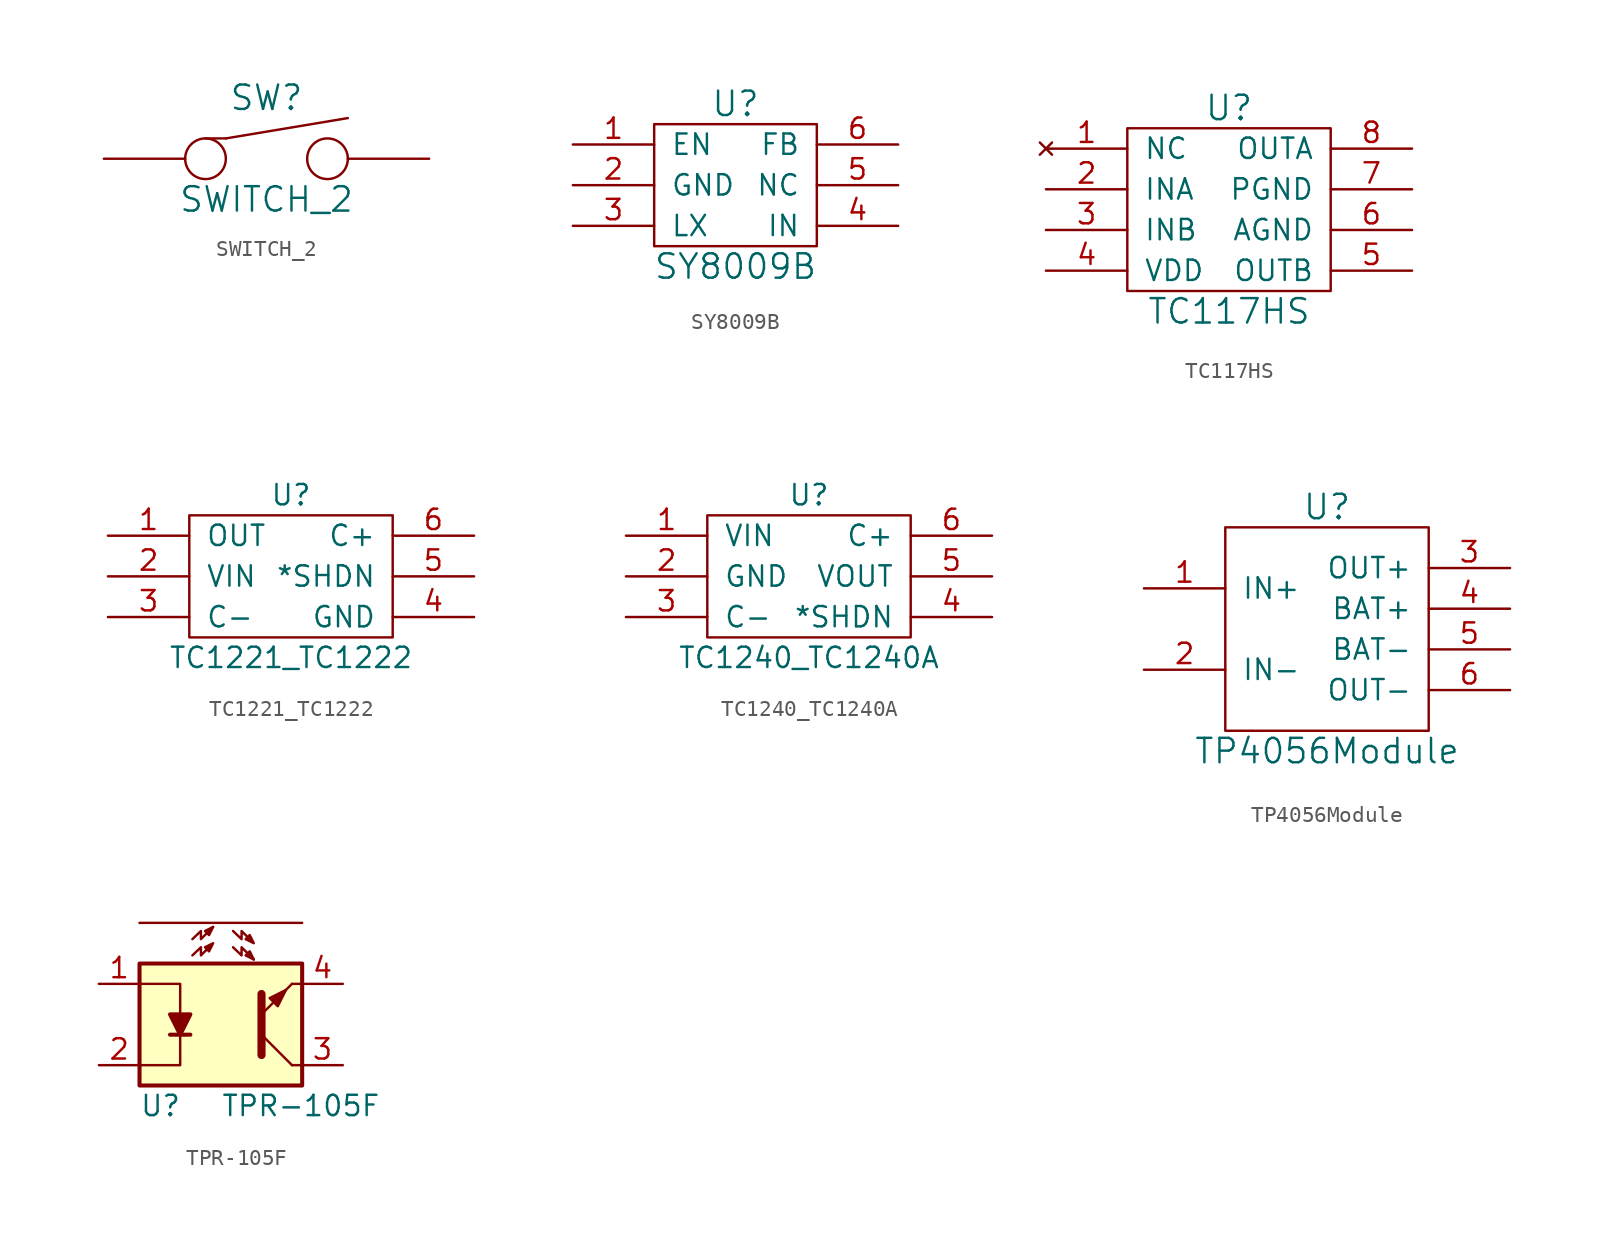
<source format=kicad_sym>
(kicad_symbol_lib
  (version 20220914)
  (generator kicad_symbol_editor)
  (symbol "SWITCH_2"
    (pin_names
      (offset 1.016))
    (property "Reference" "SW"
      (at 0 3.81 0)
      (effects (font (size 1.524 1.524))))
    (property "Value" "SWITCH_2"
      (at 0 -2.54 0)
      (effects (font (size 1.524 1.524))))
    (property "Footprint" ""
      (at 0 0 0)
      (effects (font (size 1.524 1.524))))
    (property "Datasheet" ""
      (at 0 0 0)
      (effects (font (size 1.524 1.524))))
    (symbol "SWITCH_2_0_1"
      (circle (center -3.81 0) (radius 1.27) (stroke (width 0) (type solid)) (fill (type none)))
      (polyline (pts (xy -2.54 1.27) (xy -3.81 1.27)) (stroke (width 0) (type solid)) (fill (type none)))
      (polyline (pts (xy -2.54 1.27) (xy 5.08 2.54)) (stroke (width 0) (type solid)) (fill (type none)))
      (circle (center 3.81 0) (radius 1.27) (stroke (width 0) (type solid)) (fill (type none))))
    (symbol "SWITCH_2_1_1"
      (pin input line (at -10.16 0 0) (length 5.08) (name "~" (effects (font (size 1.27 1.27)))) (number "~" (effects (font (size 1.27 1.27)))))
      (pin input line (at 10.16 0 180) (length 5.08) (name "~" (effects (font (size 1.27 1.27)))) (number "~" (effects (font (size 1.27 1.27)))))))
  (symbol "SY8009B"
    (pin_names
      (offset 1.016))
    (property "Reference" "U"
      (at 0 5.08 0)
      (effects (font (size 1.524 1.524))))
    (property "Value" "SY8009B"
      (at 0 -5.08 0)
      (effects (font (size 1.524 1.524))))
    (property "Footprint" ""
      (at 0 -2.54 0)
      (effects (font (size 1.524 1.524))))
    (property "Datasheet" ""
      (at 0 -2.54 0)
      (effects (font (size 1.524 1.524))))
    (symbol "SY8009B_0_1"
      (rectangle (start -5.08 3.81) (end 5.08 -3.81) (stroke (width 0) (type solid)) (fill (type none))))
    (symbol "SY8009B_1_1"
      (pin input line (at -10.16 2.54 0) (length 5.08) (name "EN" (effects (font (size 1.27 1.27)))) (number "1" (effects (font (size 1.27 1.27)))))
      (pin input line (at -10.16 0 0) (length 5.08) (name "GND" (effects (font (size 1.27 1.27)))) (number "2" (effects (font (size 1.27 1.27)))))
      (pin input line (at -10.16 -2.54 0) (length 5.08) (name "LX" (effects (font (size 1.27 1.27)))) (number "3" (effects (font (size 1.27 1.27)))))
      (pin input line (at 10.16 -2.54 180) (length 5.08) (name "IN" (effects (font (size 1.27 1.27)))) (number "4" (effects (font (size 1.27 1.27)))))
      (pin input line (at 10.16 0 180) (length 5.08) (name "NC" (effects (font (size 1.27 1.27)))) (number "5" (effects (font (size 1.27 1.27)))))
      (pin input line (at 10.16 2.54 180) (length 5.08) (name "FB" (effects (font (size 1.27 1.27)))) (number "6" (effects (font (size 1.27 1.27)))))))
  (symbol "TC117HS"
    (pin_names
      (offset 1.016))
    (property "Reference" "U"
      (at 0 6.35 0)
      (effects (font (size 1.524 1.524))))
    (property "Value" "TC117HS"
      (at 0 -6.35 0)
      (effects (font (size 1.524 1.524))))
    (property "Footprint" ""
      (at 0 0 0)
      (effects (font (size 1.524 1.524))))
    (property "Datasheet" ""
      (at 0 0 0)
      (effects (font (size 1.524 1.524))))
    (symbol "TC117HS_0_1"
      (rectangle (start -6.35 5.08) (end 6.35 -5.08) (stroke (width 0) (type solid)) (fill (type none))))
    (symbol "TC117HS_1_1"
      (pin no_connect line (at -11.43 3.81 0) (length 5.08) (name "NC" (effects (font (size 1.27 1.27)))) (number "1" (effects (font (size 1.27 1.27)))))
      (pin input line (at -11.43 1.27 0) (length 5.08) (name "INA" (effects (font (size 1.27 1.27)))) (number "2" (effects (font (size 1.27 1.27)))))
      (pin input line (at -11.43 -1.27 0) (length 5.08) (name "INB" (effects (font (size 1.27 1.27)))) (number "3" (effects (font (size 1.27 1.27)))))
      (pin power_in line (at -11.43 -3.81 0) (length 5.08) (name "VDD" (effects (font (size 1.27 1.27)))) (number "4" (effects (font (size 1.27 1.27)))))
      (pin output line (at 11.43 -3.81 180) (length 5.08) (name "OUTB" (effects (font (size 1.27 1.27)))) (number "5" (effects (font (size 1.27 1.27)))))
      (pin power_in line (at 11.43 -1.27 180) (length 5.08) (name "AGND" (effects (font (size 1.27 1.27)))) (number "6" (effects (font (size 1.27 1.27)))))
      (pin power_in line (at 11.43 1.27 180) (length 5.08) (name "PGND" (effects (font (size 1.27 1.27)))) (number "7" (effects (font (size 1.27 1.27)))))
      (pin output line (at 11.43 3.81 180) (length 5.08) (name "OUTA" (effects (font (size 1.27 1.27)))) (number "8" (effects (font (size 1.27 1.27)))))))
  (symbol "TC1221_TC1222"
    (pin_names
      (offset 1.016))
    (property "Reference" "U"
      (at 0 5.08 0)
      (effects (font (size 1.27 1.27))))
    (property "Value" "TC1221_TC1222"
      (at 0 -5.08 0)
      (effects (font (size 1.27 1.27))))
    (symbol "TC1221_TC1222_0_1"
      (rectangle (start -6.35 3.81) (end 6.35 -3.81) (stroke (width 0) (type solid)) (fill (type none))))
    (symbol "TC1221_TC1222_1_1"
      (pin power_out line (at -11.43 2.54 0) (length 5.08) (name "OUT" (effects (font (size 1.27 1.27)))) (number "1" (effects (font (size 1.27 1.27)))))
      (pin power_in line (at -11.43 0 0) (length 5.08) (name "VIN" (effects (font (size 1.27 1.27)))) (number "2" (effects (font (size 1.27 1.27)))))
      (pin output line (at -11.43 -2.54 0) (length 5.08) (name "C-" (effects (font (size 1.27 1.27)))) (number "3" (effects (font (size 1.27 1.27)))))
      (pin power_out line (at 11.43 -2.54 180) (length 5.08) (name "GND" (effects (font (size 1.27 1.27)))) (number "4" (effects (font (size 1.27 1.27)))))
      (pin input line (at 11.43 0 180) (length 5.08) (name "*SHDN" (effects (font (size 1.27 1.27)))) (number "5" (effects (font (size 1.27 1.27)))))
      (pin output line (at 11.43 2.54 180) (length 5.08) (name "C+" (effects (font (size 1.27 1.27)))) (number "6" (effects (font (size 1.27 1.27)))))))
  (symbol "TC1240_TC1240A"
    (pin_names
      (offset 1.016))
    (property "Reference" "U"
      (at 0 5.08 0)
      (effects (font (size 1.27 1.27))))
    (property "Value" "TC1240_TC1240A"
      (at 0 -5.08 0)
      (effects (font (size 1.27 1.27))))
    (symbol "TC1240_TC1240A_0_1"
      (rectangle (start -6.35 3.81) (end 6.35 -3.81) (stroke (width 0) (type solid)) (fill (type none))))
    (symbol "TC1240_TC1240A_1_1"
      (pin power_in line (at -11.43 2.54 0) (length 5.08) (name "VIN" (effects (font (size 1.27 1.27)))) (number "1" (effects (font (size 1.27 1.27)))))
      (pin power_in line (at -11.43 0 0) (length 5.08) (name "GND" (effects (font (size 1.27 1.27)))) (number "2" (effects (font (size 1.27 1.27)))))
      (pin output line (at -11.43 -2.54 0) (length 5.08) (name "C-" (effects (font (size 1.27 1.27)))) (number "3" (effects (font (size 1.27 1.27)))))
      (pin input line (at 11.43 -2.54 180) (length 5.08) (name "*SHDN" (effects (font (size 1.27 1.27)))) (number "4" (effects (font (size 1.27 1.27)))))
      (pin power_out line (at 11.43 0 180) (length 5.08) (name "VOUT" (effects (font (size 1.27 1.27)))) (number "5" (effects (font (size 1.27 1.27)))))
      (pin output line (at 11.43 2.54 180) (length 5.08) (name "C+" (effects (font (size 1.27 1.27)))) (number "6" (effects (font (size 1.27 1.27)))))))
  (symbol "TP4056Module"
    (pin_names
      (offset 1.016))
    (property "Reference" "U"
      (at 0 7.62 0)
      (effects (font (size 1.524 1.524))))
    (property "Value" "TP4056Module"
      (at 0 -7.62 0)
      (effects (font (size 1.524 1.524))))
    (property "Footprint" ""
      (at 1.27 0 0)
      (effects (font (size 1.524 1.524))))
    (property "Datasheet" ""
      (at 1.27 0 0)
      (effects (font (size 1.524 1.524))))
    (symbol "TP4056Module_0_1"
      (rectangle (start -6.35 6.35) (end 6.35 -6.35) (stroke (width 0) (type solid)) (fill (type none))))
    (symbol "TP4056Module_1_1"
      (pin input line (at -11.43 2.54 0) (length 5.08) (name "IN+" (effects (font (size 1.27 1.27)))) (number "1" (effects (font (size 1.27 1.27)))))
      (pin input line (at -11.43 -2.54 0) (length 5.08) (name "IN-" (effects (font (size 1.27 1.27)))) (number "2" (effects (font (size 1.27 1.27)))))
      (pin input line (at 11.43 3.81 180) (length 5.08) (name "OUT+" (effects (font (size 1.27 1.27)))) (number "3" (effects (font (size 1.27 1.27)))))
      (pin input line (at 11.43 1.27 180) (length 5.08) (name "BAT+" (effects (font (size 1.27 1.27)))) (number "4" (effects (font (size 1.27 1.27)))))
      (pin input line (at 11.43 -1.27 180) (length 5.08) (name "BAT-" (effects (font (size 1.27 1.27)))) (number "5" (effects (font (size 1.27 1.27)))))
      (pin input line (at 11.43 -3.81 180) (length 5.08) (name "OUT-" (effects (font (size 1.27 1.27)))) (number "6" (effects (font (size 1.27 1.27)))))))
  (symbol "TPR-105F"
    (pin_names
      (offset 1.016))
    (property "Reference" "U"
      (at -5.08 -5.08 0)
      (effects (font (size 1.27 1.27)) (justify left)))
    (property "Value" "TPR-105F"
      (at 0 -5.08 0)
      (effects (font (size 1.27 1.27)) (justify left)))
    (property "Footprint" ""
      (at -5.08 -5.08 0)
      (effects (font (size 1.27 1.27) italic) (justify left)))
    (property "Datasheet" ""
      (at -1.27 5.08 0)
      (effects (font (size 1.27 1.27)) (justify left)))
    (symbol "TPR-105F_0_1"
      (rectangle (start -5.08 3.81) (end 5.08 -3.81) (stroke (width 0.254) (type solid)) (fill (type background)))
      (polyline (pts (xy -5.08 6.35) (xy 5.08 6.35)) (stroke (width 0) (type solid)) (fill (type none)))
      (polyline (pts (xy -3.175 -0.635) (xy -1.905 -0.635)) (stroke (width 0.254) (type solid)) (fill (type none)))
      (polyline (pts (xy 2.54 -0.635) (xy 4.445 -2.54)) (stroke (width 0) (type solid)) (fill (type none)))
      (polyline (pts (xy 4.445 -2.54) (xy 5.08 -2.54)) (stroke (width 0) (type solid)) (fill (type none)))
      (polyline (pts (xy 4.445 2.54) (xy 2.54 0.635)) (stroke (width 0) (type solid)) (fill (type outline)))
      (polyline (pts (xy 4.445 2.54) (xy 5.08 2.54)) (stroke (width 0) (type solid)) (fill (type none)))
      (polyline (pts (xy -5.08 2.54) (xy -2.54 2.54) (xy -2.54 0.635)) (stroke (width 0) (type solid)) (fill (type none)))
      (polyline (pts (xy -2.54 -0.635) (xy -2.54 -2.54) (xy -5.08 -2.54)) (stroke (width 0) (type solid)) (fill (type none)))
      (polyline (pts (xy 2.54 -1.905) (xy 2.54 1.905) (xy 2.54 1.905)) (stroke (width 0.508) (type solid)) (fill (type none)))
      (polyline (pts (xy -2.54 -0.635) (xy -3.175 0.635) (xy -1.905 0.635) (xy -2.54 -0.635)) (stroke (width 0.254) (type solid)) (fill (type outline)))
      (polyline (pts (xy -1.778 5.334) (xy -1.245 5.842) (xy -1.245 5.334) (xy -0.483 6.096)) (stroke (width 0) (type solid)) (fill (type none)))
      (polyline (pts (xy -0.483 6.096) (xy -0.991 5.842) (xy -0.737 5.588) (xy -0.483 6.096)) (stroke (width 0) (type solid)) (fill (type none)))
      (polyline (pts (xy 0.762 4.826) (xy 1.295 4.318) (xy 1.295 4.826) (xy 2.057 4.064)) (stroke (width 0) (type solid)) (fill (type none)))
      (polyline (pts (xy 2.057 4.064) (xy 1.549 4.318) (xy 1.803 4.572) (xy 2.057 4.064)) (stroke (width 0) (type solid)) (fill (type none)))
      (polyline (pts (xy 3.048 1.651) (xy 3.556 1.143) (xy 4.064 2.159) (xy 3.048 1.651) (xy 3.048 1.651)) (stroke (width 0) (type solid)) (fill (type outline)))
      (polyline (pts (xy -1.778 4.318) (xy -1.245 4.826) (xy -1.245 4.318) (xy -0.483 5.08) (xy -0.991 4.826) (xy -0.737 4.572) (xy -0.483 5.08)) (stroke (width 0) (type solid)) (fill (type none)))
      (polyline (pts (xy 0.762 5.842) (xy 1.295 5.334) (xy 1.295 5.842) (xy 2.057 5.08) (xy 1.549 5.334) (xy 1.803 5.588) (xy 2.057 5.08)) (stroke (width 0) (type solid)) (fill (type none))))
    (symbol "TPR-105F_1_1"
      (pin passive line (at -7.62 2.54 0) (length 2.54) (name "~" (effects (font (size 1.27 1.27)))) (number "1" (effects (font (size 1.27 1.27)))))
      (pin passive line (at -7.62 -2.54 0) (length 2.54) (name "~" (effects (font (size 1.27 1.27)))) (number "2" (effects (font (size 1.27 1.27)))))
      (pin passive line (at 7.62 -2.54 180) (length 2.54) (name "~" (effects (font (size 1.27 1.27)))) (number "3" (effects (font (size 1.27 1.27)))))
      (pin passive line (at 7.62 2.54 180) (length 2.54) (name "~" (effects (font (size 1.27 1.27)))) (number "4" (effects (font (size 1.27 1.27))))))))
</source>
